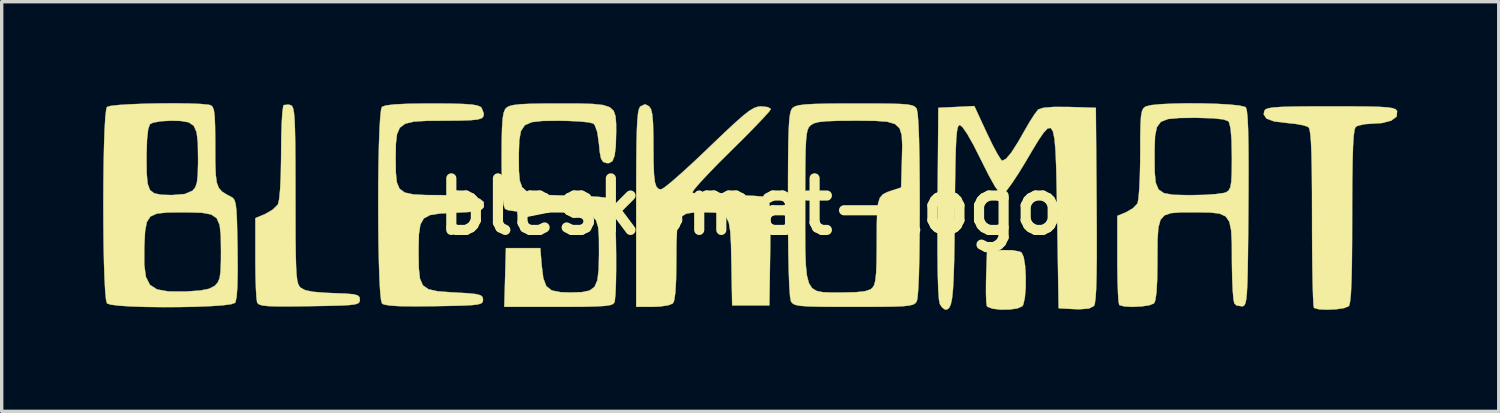
<source format=kicad_pcb>
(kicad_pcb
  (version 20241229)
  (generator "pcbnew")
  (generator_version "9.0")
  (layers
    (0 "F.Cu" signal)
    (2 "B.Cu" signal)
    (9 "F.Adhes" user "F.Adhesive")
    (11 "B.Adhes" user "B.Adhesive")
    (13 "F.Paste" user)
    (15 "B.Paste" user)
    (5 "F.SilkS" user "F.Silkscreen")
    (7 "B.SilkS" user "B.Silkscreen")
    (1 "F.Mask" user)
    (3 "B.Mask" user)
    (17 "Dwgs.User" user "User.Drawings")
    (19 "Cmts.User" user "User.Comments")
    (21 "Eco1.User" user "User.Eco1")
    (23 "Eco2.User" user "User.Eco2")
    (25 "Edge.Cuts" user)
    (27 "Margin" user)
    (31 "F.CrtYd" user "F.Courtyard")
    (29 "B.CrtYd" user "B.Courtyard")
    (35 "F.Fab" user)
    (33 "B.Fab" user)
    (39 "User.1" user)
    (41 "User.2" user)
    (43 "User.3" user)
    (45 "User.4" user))
  (footprint "bleskomat-logo"
    (layer "F.Cu")
    (at 19.147 3.058)
    (property "Reference" "bleskomat-logo" (at 0 0 0) (layer "F.SilkS") (effects (font (size 1.524 1.524) (thickness 0.3))))
    (attr through_hole)
    (fp_poly (pts (xy 7.731 1.29) (xy 7.948 1.33) (xy 8.008 1.36) (xy 8.069 1.495) (xy 8.11 1.747) (xy 8.13 2.064) (xy 8.128 2.395) (xy 8.104 2.689) (xy 8.058 2.894) (xy 8.026 2.946) (xy 7.882 3.01) (xy 7.648 3.043) (xy 7.384 3.046) (xy 7.148 3.018) (xy 6.999 2.962) (xy 6.979 2.935) (xy 6.962 2.804) (xy 6.954 2.549) (xy 6.956 2.217) (xy 6.96 2.068) (xy 6.985 1.312) (xy 7.436 1.287) (xy 7.731 1.29)) (stroke (width 0.01) (type solid)) (fill yes) (layer "F.SilkS"))
    (fp_poly (pts (xy -13.597 -2.997) (xy -13.558 -2.967) (xy -13.528 -2.896) (xy -13.505 -2.769) (xy -13.487 -2.567) (xy -13.476 -2.273) (xy -13.468 -1.868) (xy -13.464 -1.337) (xy -13.462 -0.661) (xy -13.462 -0.343) (xy -13.461 0.394) (xy -13.459 0.98) (xy -13.453 1.433) (xy -13.443 1.773) (xy -13.429 2.017) (xy -13.408 2.184) (xy -13.38 2.292) (xy -13.344 2.36) (xy -13.311 2.396) (xy -13.177 2.47) (xy -12.946 2.519) (xy -12.591 2.548) (xy -12.358 2.558) (xy -11.985 2.572) (xy -11.749 2.592) (xy -11.621 2.626) (xy -11.567 2.68) (xy -11.557 2.752) (xy -11.565 2.813) (xy -11.604 2.857) (xy -11.697 2.889) (xy -11.868 2.911) (xy -12.14 2.925) (xy -12.536 2.935) (xy -13.05 2.944) (xy -13.593 2.951) (xy -13.991 2.951) (xy -14.265 2.942) (xy -14.441 2.923) (xy -14.541 2.891) (xy -14.588 2.847) (xy -14.595 2.831) (xy -14.614 2.7) (xy -14.63 2.435) (xy -14.642 2.071) (xy -14.647 1.643) (xy -14.647 1.518) (xy -14.647 0.341) (xy -14.358 0.22) (xy -14.138 0.093) (xy -13.986 -0.056) (xy -13.977 -0.072) (xy -13.942 -0.224) (xy -13.914 -0.521) (xy -13.895 -0.938) (xy -13.886 -1.449) (xy -13.885 -1.598) (xy -13.881 -2.06) (xy -13.868 -2.461) (xy -13.849 -2.77) (xy -13.825 -2.958) (xy -13.808 -3.001) (xy -13.67 -3.016) (xy -13.597 -2.997)) (stroke (width 0.01) (type solid)) (fill yes) (layer "F.SilkS"))
    (fp_poly (pts (xy 17.767 -2.962) (xy 18.241 -2.958) (xy 18.587 -2.949) (xy 18.826 -2.933) (xy 18.977 -2.91) (xy 19.063 -2.878) (xy 19.104 -2.835) (xy 19.109 -2.824) (xy 19.096 -2.664) (xy 18.938 -2.542) (xy 18.657 -2.47) (xy 18.416 -2.455) (xy 18.147 -2.437) (xy 17.943 -2.389) (xy 17.882 -2.354) (xy 17.85 -2.271) (xy 17.825 -2.084) (xy 17.806 -1.781) (xy 17.793 -1.35) (xy 17.784 -0.779) (xy 17.78 -0.056) (xy 17.78 0.296) (xy 17.778 1.087) (xy 17.772 1.721) (xy 17.76 2.209) (xy 17.744 2.564) (xy 17.721 2.798) (xy 17.692 2.924) (xy 17.678 2.946) (xy 17.544 3) (xy 17.311 3.035) (xy 17.042 3.048) (xy 16.803 3.037) (xy 16.659 2.998) (xy 16.651 2.992) (xy 16.637 2.896) (xy 16.624 2.652) (xy 16.613 2.281) (xy 16.604 1.803) (xy 16.598 1.241) (xy 16.595 0.614) (xy 16.595 0.335) (xy 16.593 -0.445) (xy 16.588 -1.07) (xy 16.578 -1.554) (xy 16.563 -1.91) (xy 16.543 -2.152) (xy 16.517 -2.295) (xy 16.489 -2.35) (xy 16.352 -2.401) (xy 16.105 -2.446) (xy 15.853 -2.472) (xy 15.473 -2.519) (xy 15.248 -2.602) (xy 15.166 -2.725) (xy 15.184 -2.831) (xy 15.219 -2.874) (xy 15.301 -2.907) (xy 15.45 -2.931) (xy 15.686 -2.947) (xy 16.03 -2.957) (xy 16.502 -2.962) (xy 17.122 -2.963) (xy 17.145 -2.963) (xy 17.767 -2.962)) (stroke (width 0.01) (type solid)) (fill yes) (layer "F.SilkS"))
    (fp_poly (pts (xy 6.985 -2.163) (xy 7.146 -1.83) (xy 7.288 -1.564) (xy 7.392 -1.397) (xy 7.435 -1.355) (xy 7.548 -1.413) (xy 7.703 -1.596) (xy 7.906 -1.915) (xy 8.077 -2.214) (xy 8.242 -2.5) (xy 8.392 -2.733) (xy 8.495 -2.866) (xy 8.503 -2.874) (xy 8.656 -2.922) (xy 8.957 -2.947) (xy 9.386 -2.946) (xy 9.411 -2.945) (xy 10.202 -2.921) (xy 10.225 -0.052) (xy 10.229 0.793) (xy 10.229 1.481) (xy 10.223 2.022) (xy 10.212 2.427) (xy 10.194 2.708) (xy 10.171 2.876) (xy 10.148 2.936) (xy 10.003 3.012) (xy 9.727 3.035) (xy 9.575 3.031) (xy 9.102 3.006) (xy 9.059 0.339) (xy 9.046 -0.478) (xy 9.031 -1.135) (xy 9.011 -1.639) (xy 8.98 -2) (xy 8.933 -2.226) (xy 8.867 -2.326) (xy 8.776 -2.309) (xy 8.656 -2.182) (xy 8.501 -1.956) (xy 8.309 -1.637) (xy 8.143 -1.355) (xy 7.922 -0.993) (xy 7.721 -0.688) (xy 7.558 -0.468) (xy 7.455 -0.363) (xy 7.443 -0.357) (xy 7.355 -0.409) (xy 7.222 -0.593) (xy 7.039 -0.92) (xy 6.811 -1.373) (xy 6.587 -1.818) (xy 6.4 -2.149) (xy 6.259 -2.352) (xy 6.181 -2.413) (xy 6.144 -2.394) (xy 6.115 -2.327) (xy 6.092 -2.195) (xy 6.074 -1.98) (xy 6.06 -1.667) (xy 6.049 -1.238) (xy 6.04 -0.677) (xy 6.033 0.034) (xy 6.031 0.204) (xy 6.023 0.979) (xy 6.013 1.601) (xy 5.998 2.087) (xy 5.978 2.452) (xy 5.951 2.713) (xy 5.915 2.887) (xy 5.868 2.99) (xy 5.809 3.038) (xy 5.75 3.048) (xy 5.658 2.982) (xy 5.59 2.882) (xy 5.563 2.741) (xy 5.542 2.434) (xy 5.528 1.964) (xy 5.52 1.335) (xy 5.52 0.55) (xy 5.523 -0.102) (xy 5.546 -2.921) (xy 6.078 -2.946) (xy 6.61 -2.972) (xy 6.985 -2.163)) (stroke (width 0.01) (type solid)) (fill yes) (layer "F.SilkS"))
    (fp_poly (pts (xy -8.9 -3.045) (xy -8.513 -3.035) (xy -8.246 -3.017) (xy -8.078 -2.987) (xy -7.983 -2.944) (xy -7.96 -2.922) (xy -7.894 -2.756) (xy -7.904 -2.668) (xy -7.953 -2.614) (xy -8.067 -2.577) (xy -8.273 -2.555) (xy -8.597 -2.543) (xy -9.057 -2.54) (xy -9.581 -2.536) (xy -9.96 -2.513) (xy -10.217 -2.451) (xy -10.376 -2.333) (xy -10.46 -2.139) (xy -10.493 -1.852) (xy -10.499 -1.451) (xy -10.499 -1.41) (xy -10.494 -1.006) (xy -10.465 -0.719) (xy -10.386 -0.529) (xy -10.232 -0.416) (xy -9.978 -0.36) (xy -9.601 -0.341) (xy -9.175 -0.339) (xy -8.637 -0.328) (xy -8.254 -0.292) (xy -8.01 -0.228) (xy -7.894 -0.132) (xy -7.89 0.001) (xy -7.897 0.022) (xy -7.959 0.087) (xy -8.105 0.132) (xy -8.363 0.162) (xy -8.763 0.182) (xy -8.764 0.182) (xy -9.19 0.204) (xy -9.482 0.25) (xy -9.667 0.349) (xy -9.768 0.529) (xy -9.812 0.816) (xy -9.821 1.24) (xy -9.821 1.355) (xy -9.816 1.811) (xy -9.782 2.126) (xy -9.695 2.328) (xy -9.529 2.444) (xy -9.259 2.504) (xy -8.859 2.534) (xy -8.749 2.54) (xy -8.367 2.562) (xy -8.123 2.587) (xy -7.987 2.623) (xy -7.929 2.676) (xy -7.916 2.752) (xy -7.924 2.813) (xy -7.964 2.859) (xy -8.06 2.89) (xy -8.234 2.912) (xy -8.512 2.926) (xy -8.915 2.936) (xy -9.358 2.944) (xy -9.942 2.949) (xy -10.374 2.944) (xy -10.668 2.926) (xy -10.843 2.895) (xy -10.903 2.864) (xy -10.933 2.751) (xy -10.958 2.494) (xy -10.979 2.116) (xy -10.994 1.643) (xy -11.006 1.099) (xy -11.012 0.508) (xy -11.014 -0.105) (xy -11.012 -0.715) (xy -11.005 -1.298) (xy -10.993 -1.83) (xy -10.976 -2.285) (xy -10.955 -2.64) (xy -10.929 -2.87) (xy -10.905 -2.946) (xy -10.79 -2.99) (xy -10.538 -3.021) (xy -10.14 -3.04) (xy -9.585 -3.048) (xy -9.434 -3.048) (xy -8.9 -3.045)) (stroke (width 0.01) (type solid)) (fill yes) (layer "F.SilkS"))
    (fp_poly (pts (xy -3.006 -2.963) (xy -2.95 -2.881) (xy -2.912 -2.725) (xy -2.89 -2.469) (xy -2.88 -2.086) (xy -2.879 -1.817) (xy -2.875 -1.313) (xy -2.861 -0.954) (xy -2.833 -0.718) (xy -2.787 -0.581) (xy -2.718 -0.519) (xy -2.65 -0.508) (xy -2.553 -0.565) (xy -2.356 -0.722) (xy -2.079 -0.964) (xy -1.74 -1.272) (xy -1.361 -1.629) (xy -1.25 -1.736) (xy -0.815 -2.152) (xy -0.482 -2.463) (xy -0.231 -2.684) (xy -0.044 -2.83) (xy 0.098 -2.915) (xy 0.214 -2.955) (xy 0.308 -2.963) (xy 0.499 -2.942) (xy 0.591 -2.891) (xy 0.593 -2.882) (xy 0.535 -2.801) (xy 0.373 -2.621) (xy 0.127 -2.363) (xy -0.185 -2.045) (xy -0.546 -1.688) (xy -0.591 -1.644) (xy -0.953 -1.284) (xy -1.265 -0.962) (xy -1.511 -0.698) (xy -1.671 -0.509) (xy -1.73 -0.416) (xy -1.729 -0.412) (xy -1.631 -0.384) (xy -1.399 -0.36) (xy -1.066 -0.344) (xy -0.667 -0.337) (xy -0.651 -0.337) (xy -0.243 -0.331) (xy 0.108 -0.316) (xy 0.364 -0.295) (xy 0.488 -0.268) (xy 0.489 -0.268) (xy 0.529 -0.2) (xy 0.556 -0.045) (xy 0.573 0.218) (xy 0.579 0.606) (xy 0.576 1.138) (xy 0.573 1.361) (xy 0.55 2.921) (xy -0.55 2.921) (xy -0.573 1.651) (xy -0.584 1.118) (xy -0.606 0.732) (xy -0.651 0.467) (xy -0.732 0.303) (xy -0.863 0.213) (xy -1.056 0.177) (xy -1.325 0.169) (xy -1.407 0.169) (xy -1.697 0.175) (xy -1.906 0.208) (xy -2.048 0.292) (xy -2.135 0.451) (xy -2.181 0.709) (xy -2.198 1.089) (xy -2.201 1.598) (xy -2.208 2.154) (xy -2.23 2.547) (xy -2.267 2.785) (xy -2.303 2.862) (xy -2.439 2.917) (xy -2.683 2.954) (xy -2.896 2.963) (xy -3.387 2.963) (xy -3.387 0.053) (xy -3.386 -0.741) (xy -3.383 -1.383) (xy -3.377 -1.888) (xy -3.367 -2.273) (xy -3.353 -2.554) (xy -3.334 -2.749) (xy -3.309 -2.873) (xy -3.278 -2.943) (xy -3.26 -2.963) (xy -3.124 -3.026) (xy -3.006 -2.963)) (stroke (width 0.01) (type solid)) (fill yes) (layer "F.SilkS"))
    (fp_poly (pts (xy -5.098 -3.047) (xy -4.67 -3.035) (xy -4.369 -3.003) (xy -4.171 -2.939) (xy -4.055 -2.834) (xy -3.999 -2.675) (xy -3.981 -2.452) (xy -3.98 -2.216) (xy -3.991 -1.787) (xy -4.026 -1.504) (xy -4.091 -1.344) (xy -4.194 -1.285) (xy -4.266 -1.287) (xy -4.367 -1.323) (xy -4.428 -1.421) (xy -4.466 -1.621) (xy -4.487 -1.845) (xy -4.537 -2.202) (xy -4.615 -2.414) (xy -4.657 -2.457) (xy -4.79 -2.49) (xy -5.052 -2.517) (xy -5.4 -2.534) (xy -5.689 -2.539) (xy -6.154 -2.533) (xy -6.476 -2.497) (xy -6.681 -2.406) (xy -6.795 -2.236) (xy -6.845 -1.962) (xy -6.858 -1.559) (xy -6.858 -1.439) (xy -6.855 -1.051) (xy -6.83 -0.768) (xy -6.761 -0.573) (xy -6.623 -0.449) (xy -6.394 -0.379) (xy -6.049 -0.344) (xy -5.567 -0.328) (xy -5.373 -0.324) (xy -4.869 -0.309) (xy -4.51 -0.289) (xy -4.272 -0.262) (xy -4.131 -0.223) (xy -4.063 -0.171) (xy -4.062 -0.169) (xy -4.036 -0.047) (xy -4.015 0.21) (xy -3.998 0.565) (xy -3.987 0.984) (xy -3.981 1.43) (xy -3.981 1.869) (xy -3.987 2.265) (xy -4 2.582) (xy -4.02 2.786) (xy -4.031 2.829) (xy -4.069 2.877) (xy -4.155 2.912) (xy -4.313 2.936) (xy -4.565 2.951) (xy -4.932 2.96) (xy -5.437 2.963) (xy -5.685 2.963) (xy -7.287 2.963) (xy -7.263 2.095) (xy -7.239 1.228) (xy -6.223 1.228) (xy -6.181 1.744) (xy -6.134 2.117) (xy -6.046 2.352) (xy -5.884 2.48) (xy -5.615 2.532) (xy -5.337 2.54) (xy -5.002 2.53) (xy -4.769 2.484) (xy -4.62 2.375) (xy -4.535 2.178) (xy -4.497 1.867) (xy -4.487 1.417) (xy -4.487 1.34) (xy -4.489 0.92) (xy -4.51 0.615) (xy -4.574 0.406) (xy -4.703 0.276) (xy -4.922 0.205) (xy -5.253 0.175) (xy -5.719 0.169) (xy -5.98 0.169) (xy -6.539 0.162) (xy -6.937 0.141) (xy -7.179 0.106) (xy -7.264 0.068) (xy -7.308 -0.047) (xy -7.339 -0.298) (xy -7.358 -0.696) (xy -7.366 -1.25) (xy -7.366 -1.408) (xy -7.363 -1.939) (xy -7.354 -2.327) (xy -7.336 -2.595) (xy -7.307 -2.77) (xy -7.264 -2.876) (xy -7.233 -2.915) (xy -7.157 -2.965) (xy -7.027 -3.001) (xy -6.82 -3.026) (xy -6.51 -3.04) (xy -6.073 -3.047) (xy -5.673 -3.048) (xy -5.098 -3.047)) (stroke (width 0.01) (type solid)) (fill yes) (layer "F.SilkS"))
    (fp_poly (pts (xy 3.677 -3.047) (xy 4.115 -3.043) (xy 4.428 -3.034) (xy 4.64 -3.017) (xy 4.774 -2.991) (xy 4.852 -2.954) (xy 4.897 -2.903) (xy 4.908 -2.884) (xy 4.934 -2.748) (xy 4.956 -2.452) (xy 4.974 -2.007) (xy 4.986 -1.422) (xy 4.993 -0.708) (xy 4.995 -0.042) (xy 4.992 0.77) (xy 4.984 1.46) (xy 4.971 2.019) (xy 4.952 2.436) (xy 4.929 2.702) (xy 4.908 2.8) (xy 4.869 2.854) (xy 4.805 2.895) (xy 4.692 2.924) (xy 4.51 2.944) (xy 4.234 2.956) (xy 3.844 2.961) (xy 3.315 2.963) (xy 3.048 2.963) (xy 2.456 2.962) (xy 2.01 2.959) (xy 1.689 2.95) (xy 1.47 2.934) (xy 1.331 2.909) (xy 1.249 2.873) (xy 1.203 2.824) (xy 1.188 2.8) (xy 1.162 2.664) (xy 1.14 2.368) (xy 1.123 1.922) (xy 1.11 1.336) (xy 1.103 0.698) (xy 1.608 0.698) (xy 1.611 1.274) (xy 1.626 1.715) (xy 1.66 2.04) (xy 1.72 2.267) (xy 1.814 2.413) (xy 1.95 2.495) (xy 2.135 2.532) (xy 2.376 2.541) (xy 2.682 2.54) (xy 2.703 2.54) (xy 3.105 2.532) (xy 3.371 2.504) (xy 3.533 2.451) (xy 3.592 2.407) (xy 3.646 2.325) (xy 3.683 2.185) (xy 3.707 1.962) (xy 3.72 1.629) (xy 3.725 1.159) (xy 3.725 1.02) (xy 3.727 0.514) (xy 3.737 0.15) (xy 3.765 -0.099) (xy 3.818 -0.261) (xy 3.905 -0.361) (xy 4.035 -0.429) (xy 4.191 -0.482) (xy 4.445 -0.564) (xy 4.469 -1.394) (xy 4.479 -1.811) (xy 4.463 -2.112) (xy 4.4 -2.316) (xy 4.265 -2.442) (xy 4.036 -2.509) (xy 3.69 -2.535) (xy 3.203 -2.54) (xy 3.063 -2.54) (xy 2.581 -2.537) (xy 2.24 -2.524) (xy 2.01 -2.5) (xy 1.862 -2.461) (xy 1.768 -2.404) (xy 1.764 -2.4) (xy 1.717 -2.346) (xy 1.68 -2.267) (xy 1.653 -2.142) (xy 1.634 -1.951) (xy 1.621 -1.674) (xy 1.613 -1.291) (xy 1.61 -0.782) (xy 1.609 -0.126) (xy 1.609 -0.029) (xy 1.608 0.698) (xy 1.103 0.698) (xy 1.103 0.62) (xy 1.101 -0.073) (xy 1.102 -0.834) (xy 1.105 -1.444) (xy 1.111 -1.919) (xy 1.122 -2.278) (xy 1.137 -2.538) (xy 1.158 -2.716) (xy 1.185 -2.83) (xy 1.219 -2.898) (xy 1.234 -2.915) (xy 1.303 -2.961) (xy 1.42 -2.995) (xy 1.608 -3.02) (xy 1.888 -3.035) (xy 2.284 -3.044) (xy 2.817 -3.048) (xy 3.093 -3.048) (xy 3.677 -3.047)) (stroke (width 0.01) (type solid)) (fill yes) (layer "F.SilkS"))
    (fp_poly (pts (xy 13.357 -3.05) (xy 13.784 -3.038) (xy 14.159 -3.017) (xy 14.448 -2.986) (xy 14.615 -2.947) (xy 14.638 -2.932) (xy 14.666 -2.838) (xy 14.688 -2.624) (xy 14.704 -2.282) (xy 14.713 -1.803) (xy 14.717 -1.178) (xy 14.715 -0.397) (xy 14.712 0.051) (xy 14.706 0.824) (xy 14.699 1.445) (xy 14.691 1.93) (xy 14.681 2.296) (xy 14.667 2.561) (xy 14.649 2.741) (xy 14.625 2.853) (xy 14.595 2.915) (xy 14.556 2.942) (xy 14.53 2.949) (xy 14.363 2.923) (xy 14.299 2.866) (xy 14.272 2.743) (xy 14.25 2.485) (xy 14.234 2.128) (xy 14.226 1.706) (xy 14.225 1.601) (xy 14.223 1.078) (xy 14.203 0.702) (xy 14.149 0.447) (xy 14.04 0.29) (xy 13.859 0.207) (xy 13.587 0.175) (xy 13.205 0.169) (xy 13.102 0.169) (xy 12.707 0.171) (xy 12.423 0.193) (xy 12.231 0.259) (xy 12.113 0.393) (xy 12.051 0.618) (xy 12.027 0.957) (xy 12.023 1.436) (xy 12.023 1.598) (xy 12.016 2.154) (xy 11.994 2.547) (xy 11.957 2.785) (xy 11.921 2.862) (xy 11.787 2.916) (xy 11.553 2.951) (xy 11.285 2.964) (xy 11.046 2.952) (xy 10.901 2.913) (xy 10.894 2.907) (xy 10.874 2.807) (xy 10.858 2.568) (xy 10.845 2.221) (xy 10.838 1.798) (xy 10.837 1.562) (xy 10.837 0.275) (xy 11.095 0.168) (xy 11.3 0.048) (xy 11.433 -0.091) (xy 11.461 -0.225) (xy 11.485 -0.496) (xy 11.503 -0.869) (xy 11.513 -1.312) (xy 11.514 -1.475) (xy 11.938 -1.475) (xy 11.942 -1.018) (xy 11.973 -0.703) (xy 12.057 -0.505) (xy 12.219 -0.396) (xy 12.486 -0.349) (xy 12.883 -0.339) (xy 13.05 -0.339) (xy 13.429 -0.347) (xy 13.756 -0.37) (xy 13.987 -0.403) (xy 14.06 -0.426) (xy 14.132 -0.481) (xy 14.179 -0.573) (xy 14.207 -0.734) (xy 14.22 -0.997) (xy 14.224 -1.392) (xy 14.224 -1.468) (xy 14.214 -1.974) (xy 14.185 -2.321) (xy 14.136 -2.504) (xy 14.122 -2.523) (xy 13.977 -2.577) (xy 13.672 -2.611) (xy 13.218 -2.624) (xy 13.134 -2.625) (xy 12.663 -2.62) (xy 12.336 -2.589) (xy 12.126 -2.507) (xy 12.007 -2.35) (xy 11.953 -2.091) (xy 11.939 -1.706) (xy 11.938 -1.475) (xy 11.514 -1.475) (xy 11.515 -1.558) (xy 11.516 -2.059) (xy 11.523 -2.418) (xy 11.537 -2.66) (xy 11.563 -2.811) (xy 11.603 -2.9) (xy 11.66 -2.95) (xy 11.678 -2.96) (xy 11.836 -3) (xy 12.118 -3.028) (xy 12.489 -3.045) (xy 12.913 -3.053) (xy 13.357 -3.05)) (stroke (width 0.01) (type solid)) (fill yes) (layer "F.SilkS"))
    (fp_poly (pts (xy -16.61 -3.048) (xy -16.273 -3.035) (xy -16.04 -3.013) (xy -15.967 -2.997) (xy -15.912 -2.952) (xy -15.874 -2.851) (xy -15.85 -2.667) (xy -15.838 -2.373) (xy -15.833 -1.945) (xy -15.833 -1.779) (xy -15.831 -1.293) (xy -15.819 -0.947) (xy -15.788 -0.709) (xy -15.728 -0.551) (xy -15.631 -0.442) (xy -15.487 -0.352) (xy -15.379 -0.297) (xy -15.313 -0.257) (xy -15.265 -0.193) (xy -15.231 -0.083) (xy -15.208 0.1) (xy -15.193 0.381) (xy -15.183 0.783) (xy -15.174 1.261) (xy -15.17 1.886) (xy -15.178 2.349) (xy -15.2 2.659) (xy -15.235 2.825) (xy -15.248 2.846) (xy -15.364 2.886) (xy -15.618 2.919) (xy -15.979 2.943) (xy -16.417 2.961) (xy -16.9 2.97) (xy -17.399 2.972) (xy -17.882 2.966) (xy -18.318 2.952) (xy -18.676 2.929) (xy -18.925 2.898) (xy -19.033 2.862) (xy -19.062 2.75) (xy -19.087 2.493) (xy -19.107 2.116) (xy -19.12 1.721) (xy -17.932 1.721) (xy -17.884 2.079) (xy -17.764 2.314) (xy -17.551 2.45) (xy -17.223 2.508) (xy -16.756 2.512) (xy -16.659 2.508) (xy -16.273 2.481) (xy -16.017 2.43) (xy -15.854 2.347) (xy -15.834 2.329) (xy -15.755 2.238) (xy -15.704 2.113) (xy -15.676 1.916) (xy -15.665 1.613) (xy -15.663 1.327) (xy -15.669 0.865) (xy -15.702 0.546) (xy -15.79 0.343) (xy -15.958 0.231) (xy -16.233 0.181) (xy -16.641 0.17) (xy -16.809 0.169) (xy -17.255 0.174) (xy -17.56 0.207) (xy -17.752 0.294) (xy -17.858 0.46) (xy -17.908 0.734) (xy -17.929 1.14) (xy -17.931 1.219) (xy -17.932 1.721) (xy -19.12 1.721) (xy -19.123 1.643) (xy -19.134 1.099) (xy -19.14 0.508) (xy -19.142 -0.104) (xy -19.139 -0.714) (xy -19.132 -1.297) (xy -19.129 -1.427) (xy -17.865 -1.427) (xy -17.86 -0.983) (xy -17.833 -0.68) (xy -17.765 -0.492) (xy -17.637 -0.392) (xy -17.429 -0.35) (xy -17.123 -0.341) (xy -17.109 -0.341) (xy -16.737 -0.371) (xy -16.509 -0.468) (xy -16.495 -0.479) (xy -16.422 -0.572) (xy -16.375 -0.712) (xy -16.35 -0.937) (xy -16.341 -1.282) (xy -16.341 -1.446) (xy -16.348 -1.894) (xy -16.384 -2.2) (xy -16.468 -2.39) (xy -16.619 -2.492) (xy -16.858 -2.533) (xy -17.134 -2.54) (xy -17.437 -2.524) (xy -17.668 -2.483) (xy -17.763 -2.438) (xy -17.816 -2.293) (xy -17.85 -1.986) (xy -17.864 -1.526) (xy -17.865 -1.427) (xy -19.129 -1.427) (xy -19.12 -1.829) (xy -19.104 -2.285) (xy -19.083 -2.639) (xy -19.057 -2.869) (xy -19.033 -2.946) (xy -18.921 -2.978) (xy -18.673 -3.005) (xy -18.325 -3.026) (xy -17.91 -3.042) (xy -17.463 -3.051) (xy -17.019 -3.053) (xy -16.61 -3.048)) (stroke (width 0.01) (type solid)) (fill yes) (layer "F.SilkS")))
  (gr_rect
    (start -3 -3)
    (end 41.261 9.112)
    (stroke (width 0.1) (type default))
    (fill no)
    (layer "Edge.Cuts")))
</source>
